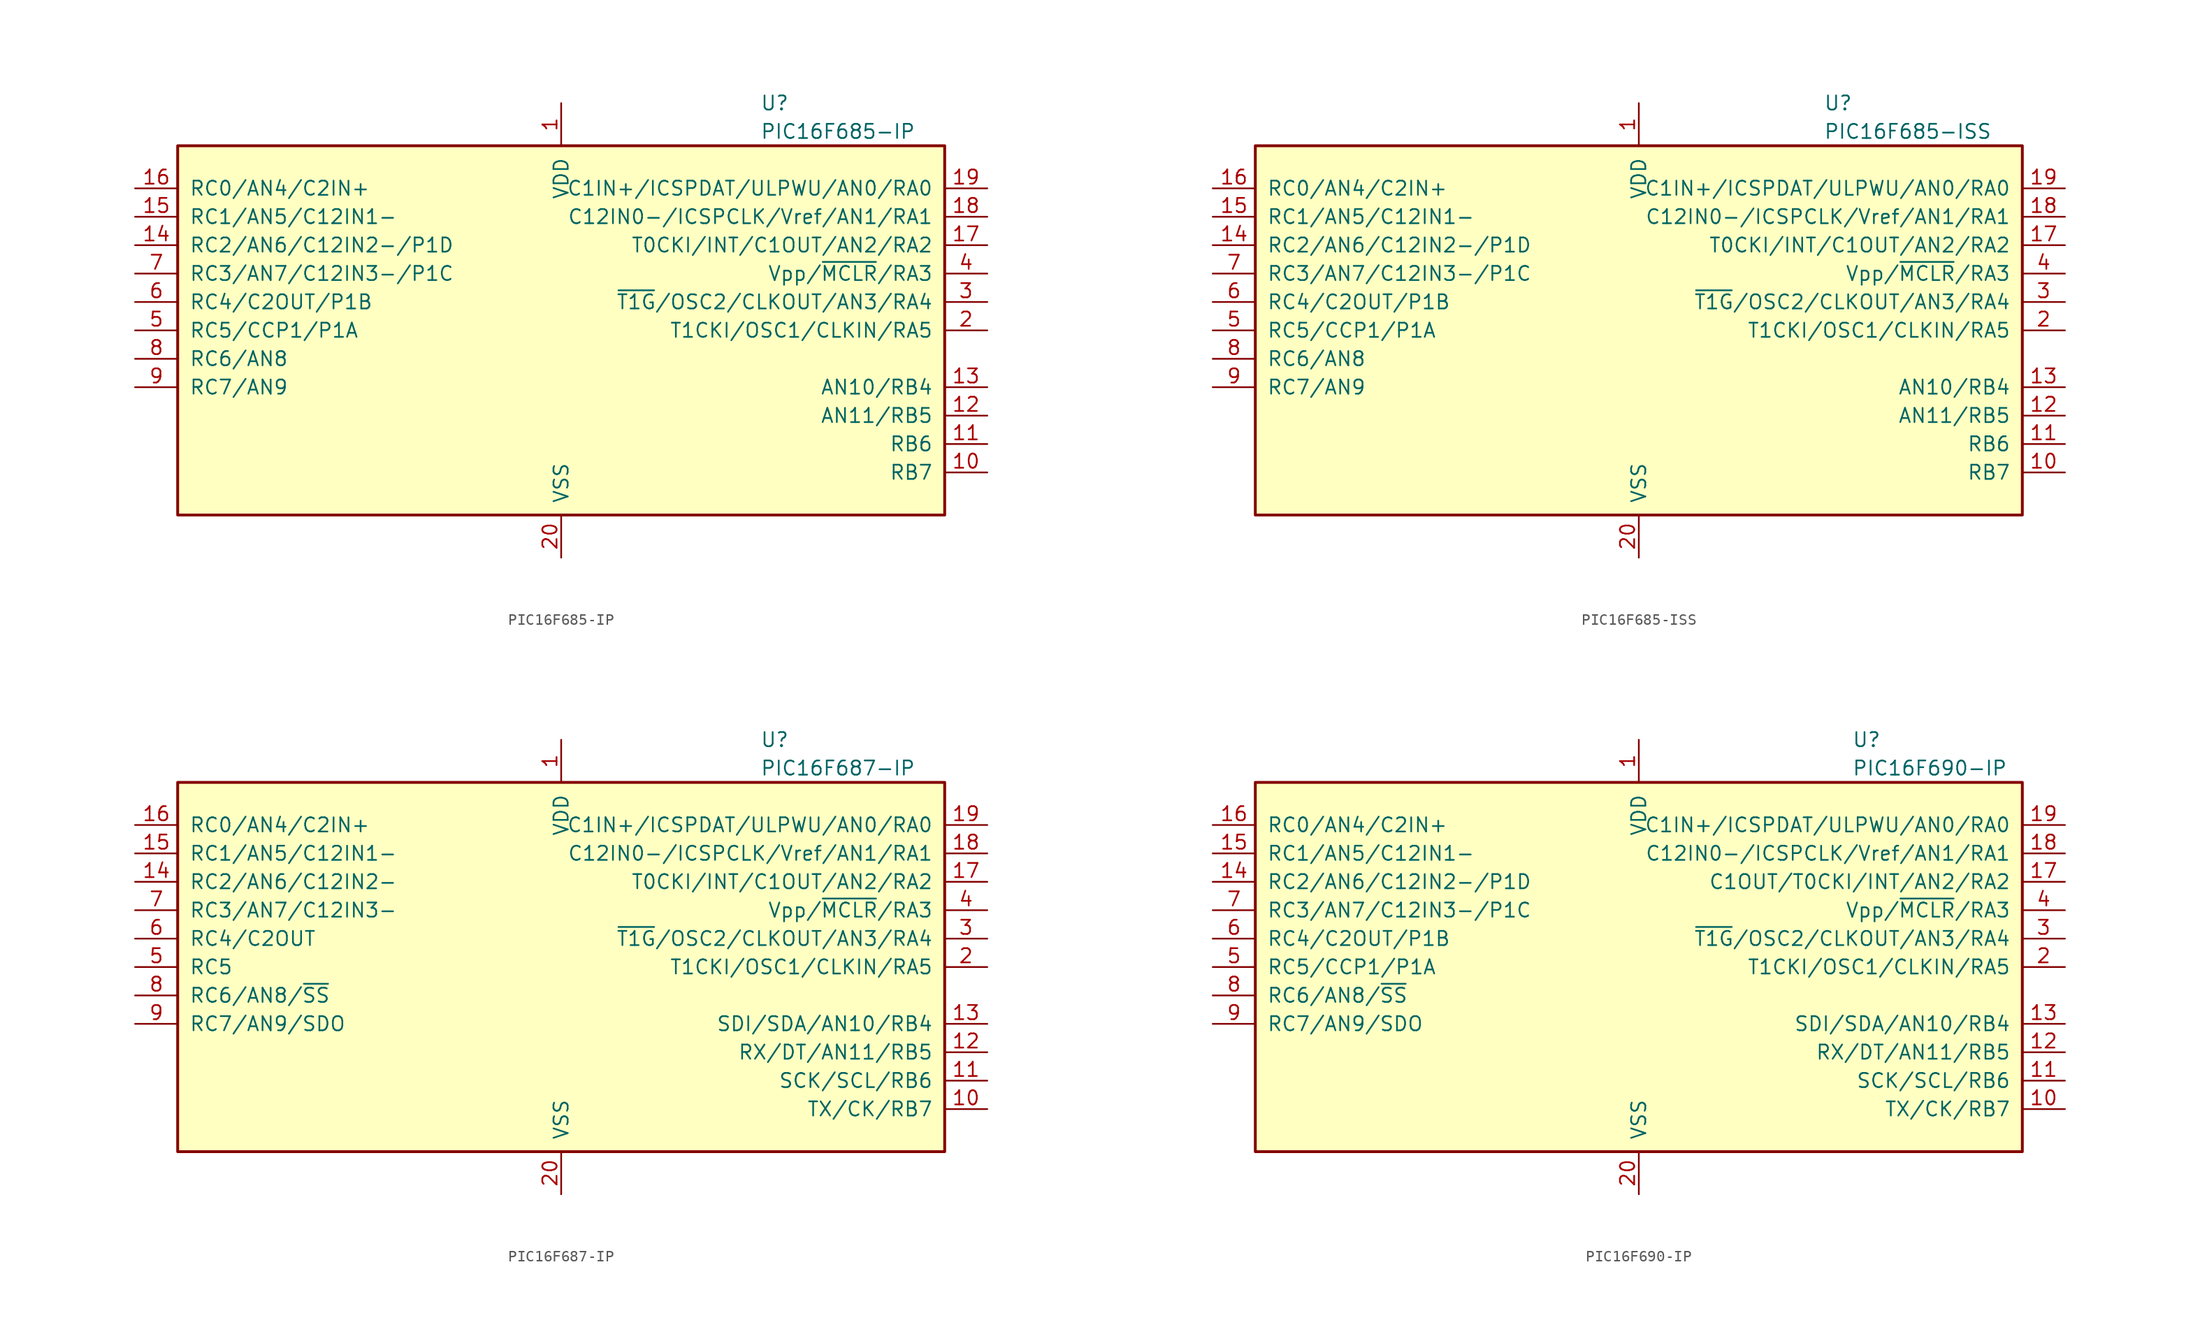
<source format=kicad_sym>
(kicad_symbol_lib
  (version 20220914)
  (generator kicad_symbol_editor)
  (symbol "PIC16F685-IP"
    (pin_names
      (offset 1.016))
    (property "Reference" "U"
      (at 17.78 20.32 0)
      (effects (font (size 1.27 1.27)) (justify left)))
    (property "Value" "PIC16F685-IP"
      (at 17.78 17.78 0)
      (effects (font (size 1.27 1.27)) (justify left)))
    (symbol "PIC16F685-IP_0_1"
      (rectangle (start -34.29 16.51) (end 34.29 -16.51) (stroke (width 0.254) (type default)) (fill (type background))))
    (symbol "PIC16F685-IP_1_1"
      (pin power_in line (at 0 20.32 270) (length 3.81) (name "VDD" (effects (font (size 1.27 1.27)))) (number "1" (effects (font (size 1.27 1.27)))))
      (pin bidirectional line (at 38.1 -12.7 180) (length 3.81) (name "RB7" (effects (font (size 1.27 1.27)))) (number "10" (effects (font (size 1.27 1.27)))))
      (pin bidirectional line (at 38.1 -10.16 180) (length 3.81) (name "RB6" (effects (font (size 1.27 1.27)))) (number "11" (effects (font (size 1.27 1.27)))))
      (pin bidirectional line (at 38.1 -7.62 180) (length 3.81) (name "AN11/RB5" (effects (font (size 1.27 1.27)))) (number "12" (effects (font (size 1.27 1.27)))))
      (pin bidirectional line (at 38.1 -5.08 180) (length 3.81) (name "AN10/RB4" (effects (font (size 1.27 1.27)))) (number "13" (effects (font (size 1.27 1.27)))))
      (pin bidirectional line (at -38.1 7.62 0) (length 3.81) (name "RC2/AN6/C12IN2-/P1D" (effects (font (size 1.27 1.27)))) (number "14" (effects (font (size 1.27 1.27)))))
      (pin bidirectional line (at -38.1 10.16 0) (length 3.81) (name "RC1/AN5/C12IN1-" (effects (font (size 1.27 1.27)))) (number "15" (effects (font (size 1.27 1.27)))))
      (pin bidirectional line (at -38.1 12.7 0) (length 3.81) (name "RC0/AN4/C2IN+" (effects (font (size 1.27 1.27)))) (number "16" (effects (font (size 1.27 1.27)))))
      (pin bidirectional line (at 38.1 7.62 180) (length 3.81) (name "T0CKI/INT/C1OUT/AN2/RA2" (effects (font (size 1.27 1.27)))) (number "17" (effects (font (size 1.27 1.27)))))
      (pin bidirectional line (at 38.1 10.16 180) (length 3.81) (name "C12IN0-/ICSPCLK/Vref/AN1/RA1" (effects (font (size 1.27 1.27)))) (number "18" (effects (font (size 1.27 1.27)))))
      (pin bidirectional line (at 38.1 12.7 180) (length 3.81) (name "C1IN+/ICSPDAT/ULPWU/AN0/RA0" (effects (font (size 1.27 1.27)))) (number "19" (effects (font (size 1.27 1.27)))))
      (pin bidirectional line (at 38.1 0 180) (length 3.81) (name "T1CKI/OSC1/CLKIN/RA5" (effects (font (size 1.27 1.27)))) (number "2" (effects (font (size 1.27 1.27)))))
      (pin power_in line (at 0 -20.32 90) (length 3.81) (name "VSS" (effects (font (size 1.27 1.27)))) (number "20" (effects (font (size 1.27 1.27)))))
      (pin bidirectional line (at 38.1 2.54 180) (length 3.81) (name "~{T1G}/OSC2/CLKOUT/AN3/RA4" (effects (font (size 1.27 1.27)))) (number "3" (effects (font (size 1.27 1.27)))))
      (pin input line (at 38.1 5.08 180) (length 3.81) (name "Vpp/~{MCLR}/RA3" (effects (font (size 1.27 1.27)))) (number "4" (effects (font (size 1.27 1.27)))))
      (pin bidirectional line (at -38.1 0 0) (length 3.81) (name "RC5/CCP1/P1A" (effects (font (size 1.27 1.27)))) (number "5" (effects (font (size 1.27 1.27)))))
      (pin bidirectional line (at -38.1 2.54 0) (length 3.81) (name "RC4/C2OUT/P1B" (effects (font (size 1.27 1.27)))) (number "6" (effects (font (size 1.27 1.27)))))
      (pin bidirectional line (at -38.1 5.08 0) (length 3.81) (name "RC3/AN7/C12IN3-/P1C" (effects (font (size 1.27 1.27)))) (number "7" (effects (font (size 1.27 1.27)))))
      (pin bidirectional line (at -38.1 -2.54 0) (length 3.81) (name "RC6/AN8" (effects (font (size 1.27 1.27)))) (number "8" (effects (font (size 1.27 1.27)))))
      (pin bidirectional line (at -38.1 -5.08 0) (length 3.81) (name "RC7/AN9" (effects (font (size 1.27 1.27)))) (number "9" (effects (font (size 1.27 1.27)))))))
  (symbol "PIC16F685-ISS"
    (pin_names
      (offset 1.016))
    (property "Reference" "U"
      (at 16.51 20.32 0)
      (effects (font (size 1.27 1.27)) (justify left)))
    (property "Value" "PIC16F685-ISS"
      (at 16.51 17.78 0)
      (effects (font (size 1.27 1.27)) (justify left)))
    (symbol "PIC16F685-ISS_0_1"
      (rectangle (start -34.29 16.51) (end 34.29 -16.51) (stroke (width 0.254) (type default)) (fill (type background))))
    (symbol "PIC16F685-ISS_1_1"
      (pin power_in line (at 0 20.32 270) (length 3.81) (name "VDD" (effects (font (size 1.27 1.27)))) (number "1" (effects (font (size 1.27 1.27)))))
      (pin bidirectional line (at 38.1 -12.7 180) (length 3.81) (name "RB7" (effects (font (size 1.27 1.27)))) (number "10" (effects (font (size 1.27 1.27)))))
      (pin bidirectional line (at 38.1 -10.16 180) (length 3.81) (name "RB6" (effects (font (size 1.27 1.27)))) (number "11" (effects (font (size 1.27 1.27)))))
      (pin bidirectional line (at 38.1 -7.62 180) (length 3.81) (name "AN11/RB5" (effects (font (size 1.27 1.27)))) (number "12" (effects (font (size 1.27 1.27)))))
      (pin bidirectional line (at 38.1 -5.08 180) (length 3.81) (name "AN10/RB4" (effects (font (size 1.27 1.27)))) (number "13" (effects (font (size 1.27 1.27)))))
      (pin bidirectional line (at -38.1 7.62 0) (length 3.81) (name "RC2/AN6/C12IN2-/P1D" (effects (font (size 1.27 1.27)))) (number "14" (effects (font (size 1.27 1.27)))))
      (pin bidirectional line (at -38.1 10.16 0) (length 3.81) (name "RC1/AN5/C12IN1-" (effects (font (size 1.27 1.27)))) (number "15" (effects (font (size 1.27 1.27)))))
      (pin bidirectional line (at -38.1 12.7 0) (length 3.81) (name "RC0/AN4/C2IN+" (effects (font (size 1.27 1.27)))) (number "16" (effects (font (size 1.27 1.27)))))
      (pin bidirectional line (at 38.1 7.62 180) (length 3.81) (name "T0CKI/INT/C1OUT/AN2/RA2" (effects (font (size 1.27 1.27)))) (number "17" (effects (font (size 1.27 1.27)))))
      (pin bidirectional line (at 38.1 10.16 180) (length 3.81) (name "C12IN0-/ICSPCLK/Vref/AN1/RA1" (effects (font (size 1.27 1.27)))) (number "18" (effects (font (size 1.27 1.27)))))
      (pin bidirectional line (at 38.1 12.7 180) (length 3.81) (name "C1IN+/ICSPDAT/ULPWU/AN0/RA0" (effects (font (size 1.27 1.27)))) (number "19" (effects (font (size 1.27 1.27)))))
      (pin bidirectional line (at 38.1 0 180) (length 3.81) (name "T1CKI/OSC1/CLKIN/RA5" (effects (font (size 1.27 1.27)))) (number "2" (effects (font (size 1.27 1.27)))))
      (pin power_in line (at 0 -20.32 90) (length 3.81) (name "VSS" (effects (font (size 1.27 1.27)))) (number "20" (effects (font (size 1.27 1.27)))))
      (pin bidirectional line (at 38.1 2.54 180) (length 3.81) (name "~{T1G}/OSC2/CLKOUT/AN3/RA4" (effects (font (size 1.27 1.27)))) (number "3" (effects (font (size 1.27 1.27)))))
      (pin input line (at 38.1 5.08 180) (length 3.81) (name "Vpp/~{MCLR}/RA3" (effects (font (size 1.27 1.27)))) (number "4" (effects (font (size 1.27 1.27)))))
      (pin bidirectional line (at -38.1 0 0) (length 3.81) (name "RC5/CCP1/P1A" (effects (font (size 1.27 1.27)))) (number "5" (effects (font (size 1.27 1.27)))))
      (pin bidirectional line (at -38.1 2.54 0) (length 3.81) (name "RC4/C2OUT/P1B" (effects (font (size 1.27 1.27)))) (number "6" (effects (font (size 1.27 1.27)))))
      (pin bidirectional line (at -38.1 5.08 0) (length 3.81) (name "RC3/AN7/C12IN3-/P1C" (effects (font (size 1.27 1.27)))) (number "7" (effects (font (size 1.27 1.27)))))
      (pin bidirectional line (at -38.1 -2.54 0) (length 3.81) (name "RC6/AN8" (effects (font (size 1.27 1.27)))) (number "8" (effects (font (size 1.27 1.27)))))
      (pin bidirectional line (at -38.1 -5.08 0) (length 3.81) (name "RC7/AN9" (effects (font (size 1.27 1.27)))) (number "9" (effects (font (size 1.27 1.27)))))))
  (symbol "PIC16F687-IP"
    (pin_names
      (offset 1.016))
    (property "Reference" "U"
      (at 17.78 20.32 0)
      (effects (font (size 1.27 1.27)) (justify left)))
    (property "Value" "PIC16F687-IP"
      (at 17.78 17.78 0)
      (effects (font (size 1.27 1.27)) (justify left)))
    (symbol "PIC16F687-IP_0_1"
      (rectangle (start -34.29 16.51) (end 34.29 -16.51) (stroke (width 0.254) (type default)) (fill (type background))))
    (symbol "PIC16F687-IP_1_1"
      (pin power_in line (at 0 20.32 270) (length 3.81) (name "VDD" (effects (font (size 1.27 1.27)))) (number "1" (effects (font (size 1.27 1.27)))))
      (pin bidirectional line (at 38.1 -12.7 180) (length 3.81) (name "TX/CK/RB7" (effects (font (size 1.27 1.27)))) (number "10" (effects (font (size 1.27 1.27)))))
      (pin bidirectional line (at 38.1 -10.16 180) (length 3.81) (name "SCK/SCL/RB6" (effects (font (size 1.27 1.27)))) (number "11" (effects (font (size 1.27 1.27)))))
      (pin bidirectional line (at 38.1 -7.62 180) (length 3.81) (name "RX/DT/AN11/RB5" (effects (font (size 1.27 1.27)))) (number "12" (effects (font (size 1.27 1.27)))))
      (pin bidirectional line (at 38.1 -5.08 180) (length 3.81) (name "SDI/SDA/AN10/RB4" (effects (font (size 1.27 1.27)))) (number "13" (effects (font (size 1.27 1.27)))))
      (pin bidirectional line (at -38.1 7.62 0) (length 3.81) (name "RC2/AN6/C12IN2-" (effects (font (size 1.27 1.27)))) (number "14" (effects (font (size 1.27 1.27)))))
      (pin bidirectional line (at -38.1 10.16 0) (length 3.81) (name "RC1/AN5/C12IN1-" (effects (font (size 1.27 1.27)))) (number "15" (effects (font (size 1.27 1.27)))))
      (pin bidirectional line (at -38.1 12.7 0) (length 3.81) (name "RC0/AN4/C2IN+" (effects (font (size 1.27 1.27)))) (number "16" (effects (font (size 1.27 1.27)))))
      (pin bidirectional line (at 38.1 7.62 180) (length 3.81) (name "T0CKI/INT/C1OUT/AN2/RA2" (effects (font (size 1.27 1.27)))) (number "17" (effects (font (size 1.27 1.27)))))
      (pin bidirectional line (at 38.1 10.16 180) (length 3.81) (name "C12IN0-/ICSPCLK/Vref/AN1/RA1" (effects (font (size 1.27 1.27)))) (number "18" (effects (font (size 1.27 1.27)))))
      (pin bidirectional line (at 38.1 12.7 180) (length 3.81) (name "C1IN+/ICSPDAT/ULPWU/AN0/RA0" (effects (font (size 1.27 1.27)))) (number "19" (effects (font (size 1.27 1.27)))))
      (pin bidirectional line (at 38.1 0 180) (length 3.81) (name "T1CKI/OSC1/CLKIN/RA5" (effects (font (size 1.27 1.27)))) (number "2" (effects (font (size 1.27 1.27)))))
      (pin power_in line (at 0 -20.32 90) (length 3.81) (name "VSS" (effects (font (size 1.27 1.27)))) (number "20" (effects (font (size 1.27 1.27)))))
      (pin bidirectional line (at 38.1 2.54 180) (length 3.81) (name "~{T1G}/OSC2/CLKOUT/AN3/RA4" (effects (font (size 1.27 1.27)))) (number "3" (effects (font (size 1.27 1.27)))))
      (pin input line (at 38.1 5.08 180) (length 3.81) (name "Vpp/~{MCLR}/RA3" (effects (font (size 1.27 1.27)))) (number "4" (effects (font (size 1.27 1.27)))))
      (pin bidirectional line (at -38.1 0 0) (length 3.81) (name "RC5" (effects (font (size 1.27 1.27)))) (number "5" (effects (font (size 1.27 1.27)))))
      (pin bidirectional line (at -38.1 2.54 0) (length 3.81) (name "RC4/C2OUT" (effects (font (size 1.27 1.27)))) (number "6" (effects (font (size 1.27 1.27)))))
      (pin bidirectional line (at -38.1 5.08 0) (length 3.81) (name "RC3/AN7/C12IN3-" (effects (font (size 1.27 1.27)))) (number "7" (effects (font (size 1.27 1.27)))))
      (pin bidirectional line (at -38.1 -2.54 0) (length 3.81) (name "RC6/AN8/~{SS}" (effects (font (size 1.27 1.27)))) (number "8" (effects (font (size 1.27 1.27)))))
      (pin bidirectional line (at -38.1 -5.08 0) (length 3.81) (name "RC7/AN9/SDO" (effects (font (size 1.27 1.27)))) (number "9" (effects (font (size 1.27 1.27)))))))
  (symbol "PIC16F690-IP"
    (pin_names
      (offset 1.016))
    (property "Reference" "U"
      (at 19.05 20.32 0)
      (effects (font (size 1.27 1.27)) (justify left)))
    (property "Value" "PIC16F690-IP"
      (at 19.05 17.78 0)
      (effects (font (size 1.27 1.27)) (justify left)))
    (symbol "PIC16F690-IP_0_1"
      (rectangle (start -34.29 16.51) (end 34.29 -16.51) (stroke (width 0.254) (type default)) (fill (type background))))
    (symbol "PIC16F690-IP_1_1"
      (pin power_in line (at 0 20.32 270) (length 3.81) (name "VDD" (effects (font (size 1.27 1.27)))) (number "1" (effects (font (size 1.27 1.27)))))
      (pin bidirectional line (at 38.1 -12.7 180) (length 3.81) (name "TX/CK/RB7" (effects (font (size 1.27 1.27)))) (number "10" (effects (font (size 1.27 1.27)))))
      (pin bidirectional line (at 38.1 -10.16 180) (length 3.81) (name "SCK/SCL/RB6" (effects (font (size 1.27 1.27)))) (number "11" (effects (font (size 1.27 1.27)))))
      (pin bidirectional line (at 38.1 -7.62 180) (length 3.81) (name "RX/DT/AN11/RB5" (effects (font (size 1.27 1.27)))) (number "12" (effects (font (size 1.27 1.27)))))
      (pin bidirectional line (at 38.1 -5.08 180) (length 3.81) (name "SDI/SDA/AN10/RB4" (effects (font (size 1.27 1.27)))) (number "13" (effects (font (size 1.27 1.27)))))
      (pin bidirectional line (at -38.1 7.62 0) (length 3.81) (name "RC2/AN6/C12IN2-/P1D" (effects (font (size 1.27 1.27)))) (number "14" (effects (font (size 1.27 1.27)))))
      (pin bidirectional line (at -38.1 10.16 0) (length 3.81) (name "RC1/AN5/C12IN1-" (effects (font (size 1.27 1.27)))) (number "15" (effects (font (size 1.27 1.27)))))
      (pin bidirectional line (at -38.1 12.7 0) (length 3.81) (name "RC0/AN4/C2IN+" (effects (font (size 1.27 1.27)))) (number "16" (effects (font (size 1.27 1.27)))))
      (pin bidirectional line (at 38.1 7.62 180) (length 3.81) (name "C1OUT/T0CKI/INT/AN2/RA2" (effects (font (size 1.27 1.27)))) (number "17" (effects (font (size 1.27 1.27)))))
      (pin bidirectional line (at 38.1 10.16 180) (length 3.81) (name "C12IN0-/ICSPCLK/Vref/AN1/RA1" (effects (font (size 1.27 1.27)))) (number "18" (effects (font (size 1.27 1.27)))))
      (pin bidirectional line (at 38.1 12.7 180) (length 3.81) (name "C1IN+/ICSPDAT/ULPWU/AN0/RA0" (effects (font (size 1.27 1.27)))) (number "19" (effects (font (size 1.27 1.27)))))
      (pin bidirectional line (at 38.1 0 180) (length 3.81) (name "T1CKI/OSC1/CLKIN/RA5" (effects (font (size 1.27 1.27)))) (number "2" (effects (font (size 1.27 1.27)))))
      (pin power_in line (at 0 -20.32 90) (length 3.81) (name "VSS" (effects (font (size 1.27 1.27)))) (number "20" (effects (font (size 1.27 1.27)))))
      (pin bidirectional line (at 38.1 2.54 180) (length 3.81) (name "~{T1G}/OSC2/CLKOUT/AN3/RA4" (effects (font (size 1.27 1.27)))) (number "3" (effects (font (size 1.27 1.27)))))
      (pin input line (at 38.1 5.08 180) (length 3.81) (name "Vpp/~{MCLR}/RA3" (effects (font (size 1.27 1.27)))) (number "4" (effects (font (size 1.27 1.27)))))
      (pin bidirectional line (at -38.1 0 0) (length 3.81) (name "RC5/CCP1/P1A" (effects (font (size 1.27 1.27)))) (number "5" (effects (font (size 1.27 1.27)))))
      (pin bidirectional line (at -38.1 2.54 0) (length 3.81) (name "RC4/C2OUT/P1B" (effects (font (size 1.27 1.27)))) (number "6" (effects (font (size 1.27 1.27)))))
      (pin bidirectional line (at -38.1 5.08 0) (length 3.81) (name "RC3/AN7/C12IN3-/P1C" (effects (font (size 1.27 1.27)))) (number "7" (effects (font (size 1.27 1.27)))))
      (pin bidirectional line (at -38.1 -2.54 0) (length 3.81) (name "RC6/AN8/~{SS}" (effects (font (size 1.27 1.27)))) (number "8" (effects (font (size 1.27 1.27)))))
      (pin bidirectional line (at -38.1 -5.08 0) (length 3.81) (name "RC7/AN9/SDO" (effects (font (size 1.27 1.27)))) (number "9" (effects (font (size 1.27 1.27))))))))
</source>
